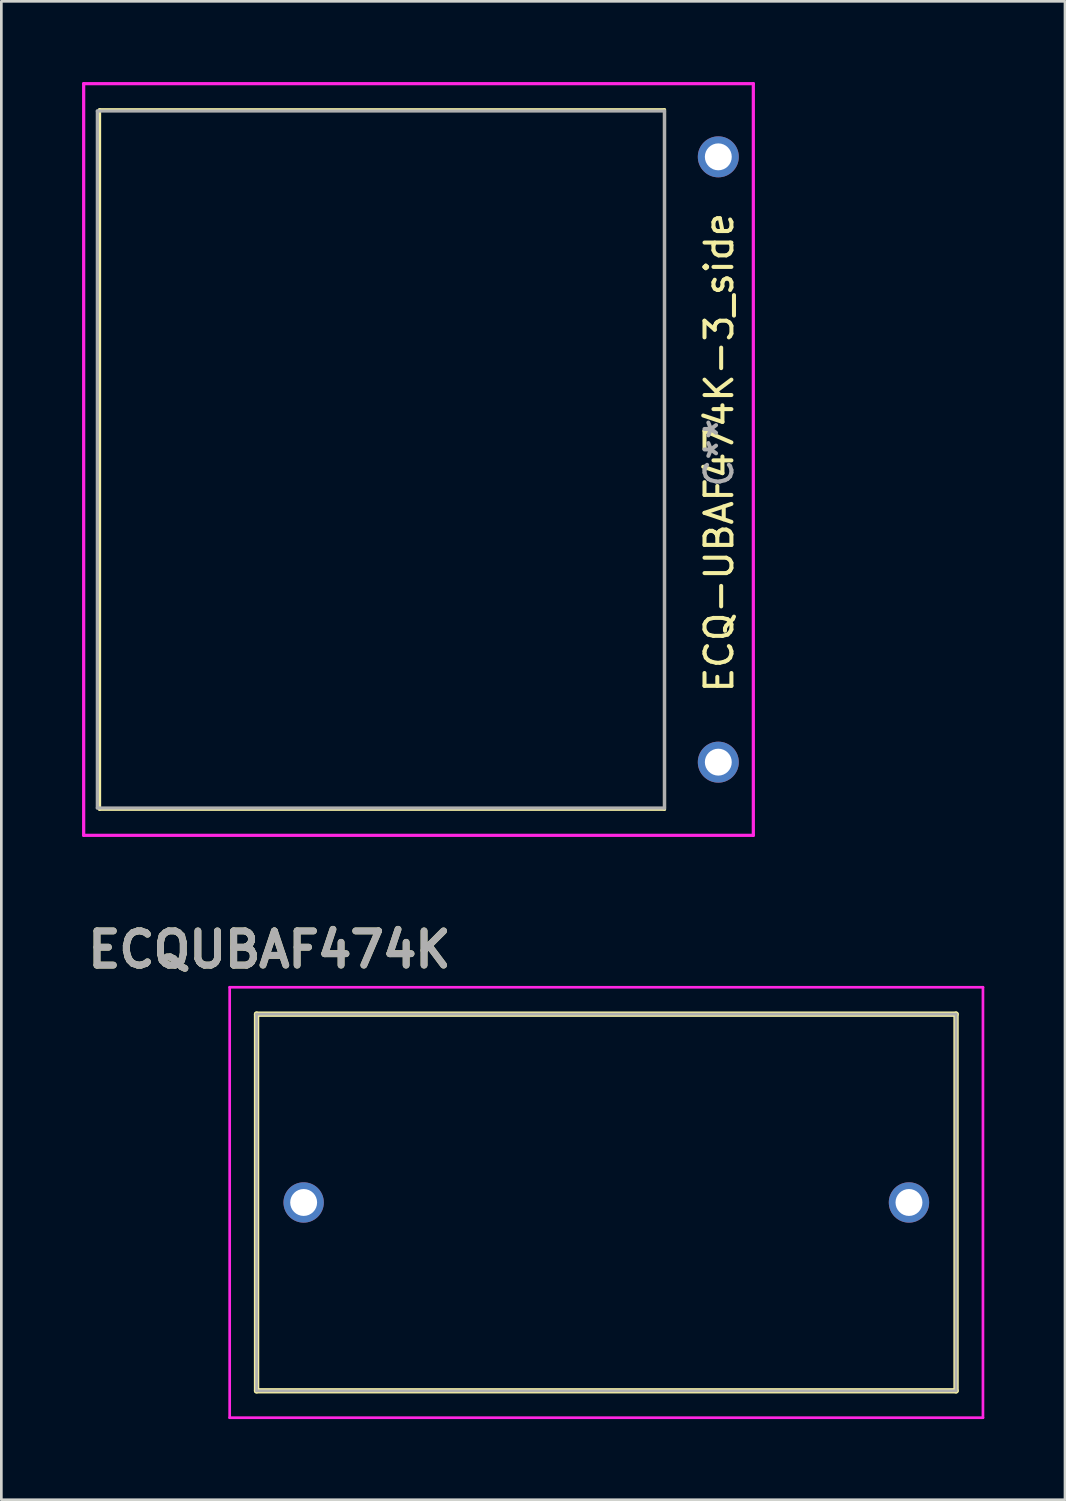
<source format=kicad_pcb>
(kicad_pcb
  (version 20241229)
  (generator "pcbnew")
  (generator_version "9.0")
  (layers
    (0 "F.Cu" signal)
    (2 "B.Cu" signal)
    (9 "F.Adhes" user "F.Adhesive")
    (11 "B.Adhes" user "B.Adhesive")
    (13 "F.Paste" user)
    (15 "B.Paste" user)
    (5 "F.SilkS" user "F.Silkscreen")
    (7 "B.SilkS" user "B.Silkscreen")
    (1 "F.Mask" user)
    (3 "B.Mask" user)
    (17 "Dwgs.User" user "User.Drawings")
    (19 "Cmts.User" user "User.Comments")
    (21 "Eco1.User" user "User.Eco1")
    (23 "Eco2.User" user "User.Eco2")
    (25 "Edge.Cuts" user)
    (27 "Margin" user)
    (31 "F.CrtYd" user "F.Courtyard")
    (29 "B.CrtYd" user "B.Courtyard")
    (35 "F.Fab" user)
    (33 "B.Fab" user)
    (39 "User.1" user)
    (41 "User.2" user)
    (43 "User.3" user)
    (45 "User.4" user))
  (footprint "ECQUBAF474K"
    (layer "F.Cu")
    (at 8.237 41.647)
    (property "Reference" "ECQUBAF474K" (at -1.27 -9.398 0) (layer "F.SilkS") (effects (font (size 1.27 1.27) (thickness 0.254))))
    (attr through_hole)
    (fp_line (start -1.75 -7) (end 24.25 -7) (stroke (width 0.2) (type solid)) (layer "F.SilkS"))
    (fp_line (start -1.75 7) (end -1.75 -7) (stroke (width 0.2) (type solid)) (layer "F.SilkS"))
    (fp_line (start 24.25 -7) (end 24.25 7) (stroke (width 0.2) (type solid)) (layer "F.SilkS"))
    (fp_line (start 24.25 7) (end -1.75 7) (stroke (width 0.2) (type solid)) (layer "F.SilkS"))
    (fp_line (start -2.75 -8) (end 25.25 -8) (stroke (width 0.1) (type solid)) (layer "F.CrtYd"))
    (fp_line (start -2.75 8) (end -2.75 -8) (stroke (width 0.1) (type solid)) (layer "F.CrtYd"))
    (fp_line (start 25.25 -8) (end 25.25 8) (stroke (width 0.1) (type solid)) (layer "F.CrtYd"))
    (fp_line (start 25.25 8) (end -2.75 8) (stroke (width 0.1) (type solid)) (layer "F.CrtYd"))
    (fp_line (start -1.75 -7) (end 24.25 -7) (stroke (width 0.1) (type solid)) (layer "F.Fab"))
    (fp_line (start -1.75 7) (end -1.75 -7) (stroke (width 0.1) (type solid)) (layer "F.Fab"))
    (fp_line (start 24.25 -7) (end 24.25 7) (stroke (width 0.1) (type solid)) (layer "F.Fab"))
    (fp_line (start 24.25 7) (end -1.75 7) (stroke (width 0.1) (type solid)) (layer "F.Fab"))
    (fp_text user "${REFERENCE}" (at -1.27 -9.398 0) (layer "F.Fab") (effects (font (size 1.27 1.27) (thickness 0.254))))
    (pad "1" thru_hole circle (at 0 0) (size 1.5 1.5) (drill 1) (layers "*.Cu" "*.Mask"))
    (pad "2" thru_hole circle (at 22.5 0) (size 1.5 1.5) (drill 1) (layers "*.Cu" "*.Mask")))
  (footprint "ECQ-UBAF474K-3_side"
    (layer "F.Cu")
    (at 21.65 14.03)
    (property "Reference" "ECQ-UBAF474K-3_side" (at 2.032 -0.254 90) (layer "F.SilkS") (effects (font (size 1 1) (thickness 0.15))))
    (attr through_hole)
    (fp_line (start -21 13) (end -21 -13) (stroke (width 0.12) (type solid)) (layer "F.SilkS"))
    (fp_line (start 0 -13) (end -21 -13) (stroke (width 0.12) (type solid)) (layer "F.SilkS"))
    (fp_line (start 0 13) (end -21 13) (stroke (width 0.12) (type solid)) (layer "F.SilkS"))
    (fp_line (start 0 13) (end 0 -13) (stroke (width 0.12) (type solid)) (layer "F.SilkS"))
    (fp_line (start -21.59 -13.97) (end 3.302 -13.97) (stroke (width 0.12) (type solid)) (layer "F.CrtYd"))
    (fp_line (start -21.59 13.97) (end -21.59 -13.97) (stroke (width 0.12) (type solid)) (layer "F.CrtYd"))
    (fp_line (start 3.302 -13.97) (end 3.302 13.97) (stroke (width 0.12) (type solid)) (layer "F.CrtYd"))
    (fp_line (start 3.302 13.97) (end -21.59 13.97) (stroke (width 0.12) (type solid)) (layer "F.CrtYd"))
    (fp_line (start -21.082 -12.954) (end -21.082 12.954) (stroke (width 0.12) (type solid)) (layer "F.Fab"))
    (fp_line (start -21.082 12.954) (end 0 12.954) (stroke (width 0.12) (type solid)) (layer "F.Fab"))
    (fp_line (start 0 -12.954) (end -21.082 -12.954) (stroke (width 0.12) (type solid)) (layer "F.Fab"))
    (fp_line (start 0 12.954) (end 0 -12.954) (stroke (width 0.12) (type solid)) (layer "F.Fab"))
    (fp_text user "C**" (at 2.032 -0.254 90) (layer "F.Fab") (effects (font (size 1 1) (thickness 0.15))))
    (pad "1" thru_hole circle (at 2 -11.25) (size 1.524 1.524) (drill 1) (layers "*.Cu" "*.Mask"))
    (pad "2" thru_hole circle (at 2 11.25) (size 1.524 1.524) (drill 1) (layers "*.Cu" "*.Mask")))
  (gr_rect
    (start -3 -3)
    (end 36.537 52.697)
    (stroke (width 0.1) (type default))
    (fill no)
    (layer "Edge.Cuts")))
</source>
